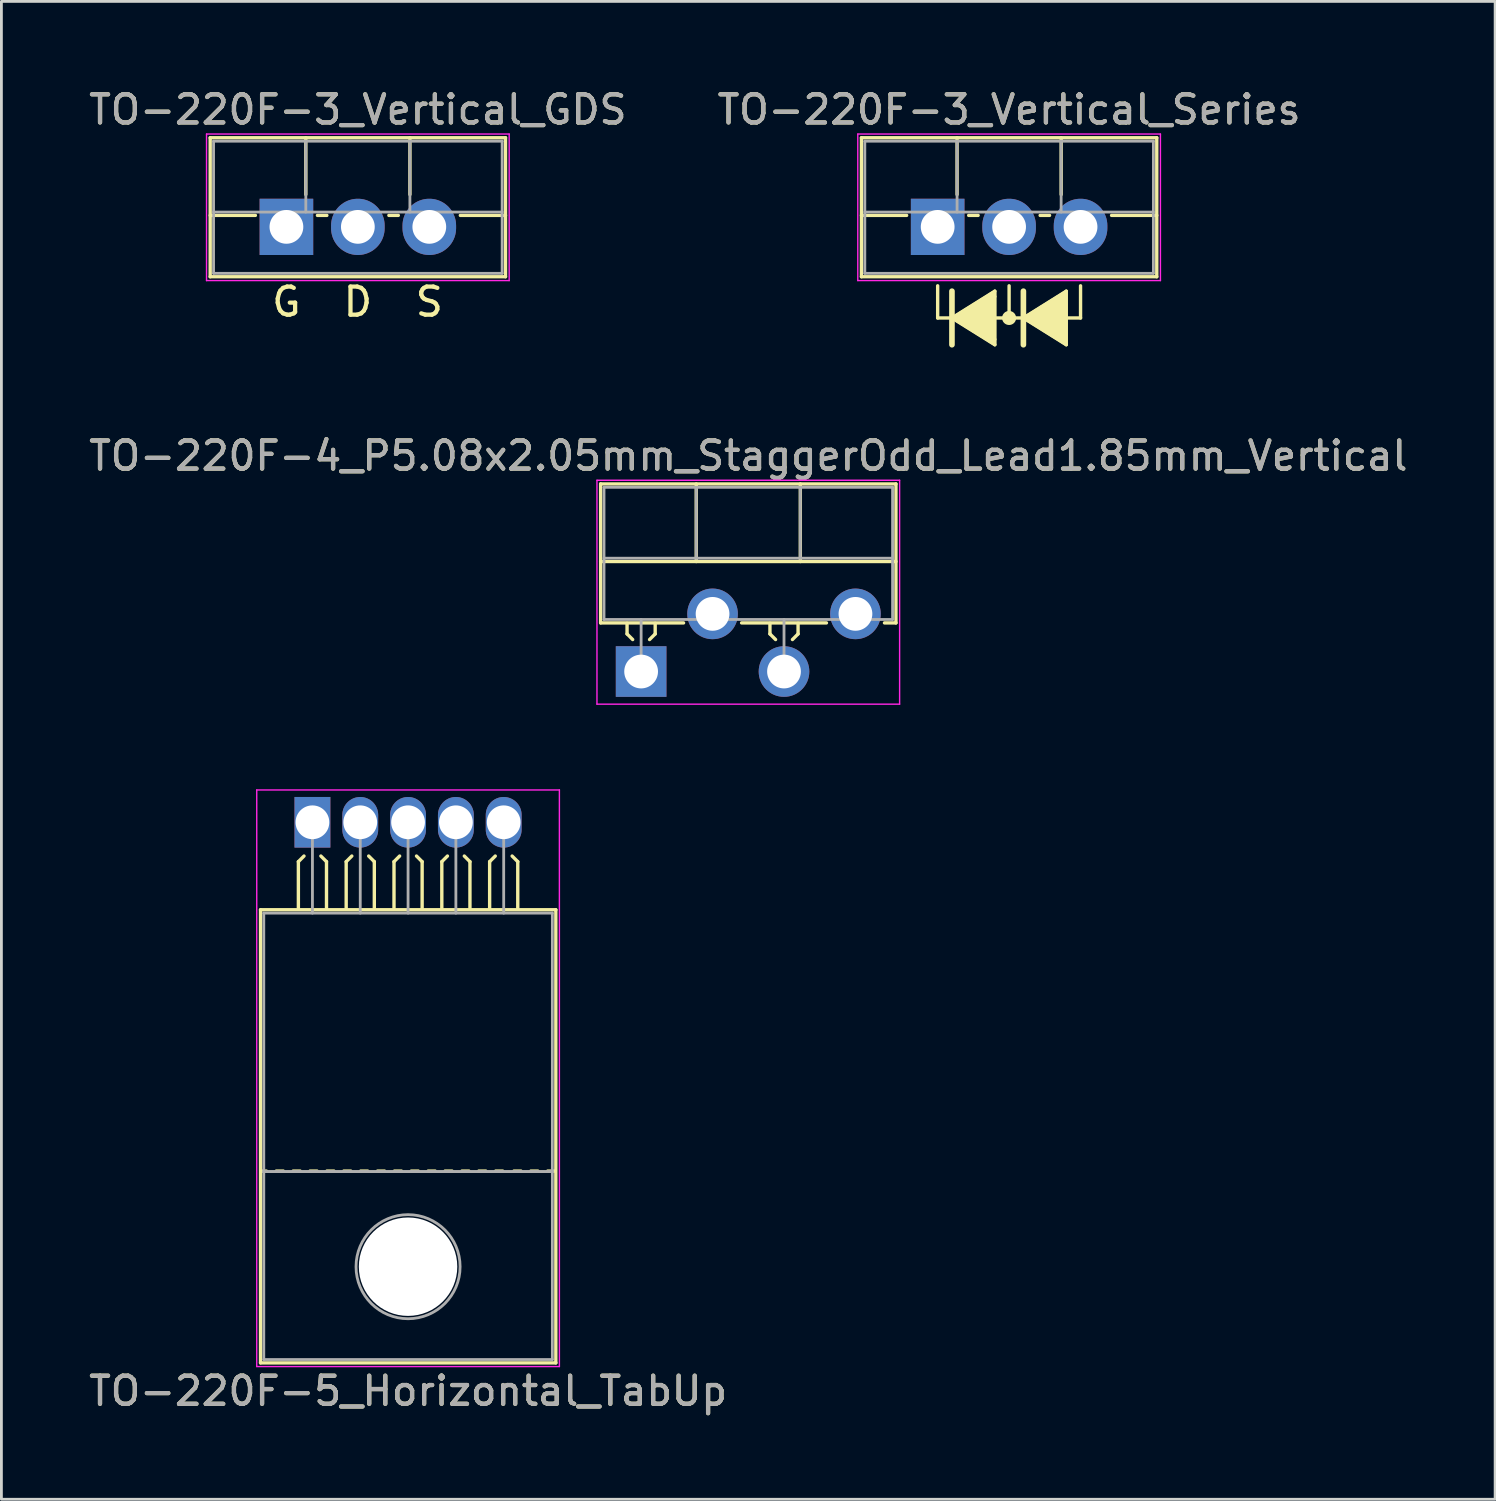
<source format=kicad_pcb>
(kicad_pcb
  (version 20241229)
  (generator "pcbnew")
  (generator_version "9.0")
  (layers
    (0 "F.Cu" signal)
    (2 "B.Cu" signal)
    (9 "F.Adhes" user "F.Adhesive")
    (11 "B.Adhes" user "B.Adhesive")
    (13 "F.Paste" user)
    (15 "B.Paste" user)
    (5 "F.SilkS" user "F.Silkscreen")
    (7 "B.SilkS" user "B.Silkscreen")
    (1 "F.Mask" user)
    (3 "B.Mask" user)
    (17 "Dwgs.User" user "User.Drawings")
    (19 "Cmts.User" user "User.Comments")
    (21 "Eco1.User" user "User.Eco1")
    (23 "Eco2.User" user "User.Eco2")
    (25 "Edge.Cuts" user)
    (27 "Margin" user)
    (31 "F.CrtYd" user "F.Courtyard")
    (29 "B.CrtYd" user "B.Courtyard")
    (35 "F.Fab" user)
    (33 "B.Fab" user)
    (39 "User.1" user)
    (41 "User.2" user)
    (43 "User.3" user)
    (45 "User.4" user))
  (footprint "TO-220F-4_P5.08x2.05mm_StaggerOdd_Lead1.85mm_Vertical"
    (layer "F.Cu")
    (at 19.744 20.825)
    (property "Reference" "TO-220F-4_P5.08x2.05mm_StaggerOdd_Lead1.85mm_Vertical" (at 3.81 -7.67 0) (layer "F.SilkS") (effects (font (size 1 1) (thickness 0.15))))
    (attr through_hole)
    (fp_line (start -1.44 -6.67) (end -1.44 -1.729) (stroke (width 0.12) (type solid)) (layer "F.SilkS"))
    (fp_line (start -1.44 -6.67) (end 9.06 -6.67) (stroke (width 0.12) (type solid)) (layer "F.SilkS"))
    (fp_line (start -1.44 -3.911) (end 9.06 -3.911) (stroke (width 0.12) (type solid)) (layer "F.SilkS"))
    (fp_line (start -1.44 -1.729) (end 1.509 -1.729) (stroke (width 0.12) (type solid)) (layer "F.SilkS"))
    (fp_line (start -0.5 -1.714) (end -0.5 -1.337) (stroke (width 0.12) (type solid)) (layer "F.SilkS"))
    (fp_line (start -0.5 -1.337) (end -0.3 -1.137) (stroke (width 0.12) (type solid)) (layer "F.SilkS"))
    (fp_line (start 0.5 -1.714) (end 0.5 -1.337) (stroke (width 0.12) (type solid)) (layer "F.SilkS"))
    (fp_line (start 0.5 -1.337) (end 0.3 -1.137) (stroke (width 0.12) (type solid)) (layer "F.SilkS"))
    (fp_line (start 1.96 -6.67) (end 1.96 -3.911) (stroke (width 0.12) (type solid)) (layer "F.SilkS"))
    (fp_line (start 3.572 -1.729) (end 6.589 -1.729) (stroke (width 0.12) (type solid)) (layer "F.SilkS"))
    (fp_line (start 4.58 -1.714) (end 4.58 -1.337) (stroke (width 0.12) (type solid)) (layer "F.SilkS"))
    (fp_line (start 4.58 -1.337) (end 4.78 -1.137) (stroke (width 0.12) (type solid)) (layer "F.SilkS"))
    (fp_line (start 5.58 -1.714) (end 5.58 -1.337) (stroke (width 0.12) (type solid)) (layer "F.SilkS"))
    (fp_line (start 5.58 -1.337) (end 5.38 -1.137) (stroke (width 0.12) (type solid)) (layer "F.SilkS"))
    (fp_line (start 5.66 -6.67) (end 5.66 -3.911) (stroke (width 0.12) (type solid)) (layer "F.SilkS"))
    (fp_line (start 8.652 -1.729) (end 9.06 -1.729) (stroke (width 0.12) (type solid)) (layer "F.SilkS"))
    (fp_line (start 9.06 -6.67) (end 9.06 -1.729) (stroke (width 0.12) (type solid)) (layer "F.SilkS"))
    (fp_line (start -1.57 -6.8) (end -1.57 1.16) (stroke (width 0.05) (type solid)) (layer "F.CrtYd"))
    (fp_line (start -1.57 1.16) (end 9.19 1.16) (stroke (width 0.05) (type solid)) (layer "F.CrtYd"))
    (fp_line (start 9.19 -6.8) (end -1.57 -6.8) (stroke (width 0.05) (type solid)) (layer "F.CrtYd"))
    (fp_line (start 9.19 1.16) (end 9.19 -6.8) (stroke (width 0.05) (type solid)) (layer "F.CrtYd"))
    (fp_line (start -1.32 -6.55) (end -1.32 -1.85) (stroke (width 0.1) (type solid)) (layer "F.Fab"))
    (fp_line (start -1.32 -4.03) (end 8.94 -4.03) (stroke (width 0.1) (type solid)) (layer "F.Fab"))
    (fp_line (start -1.32 -1.85) (end 8.94 -1.85) (stroke (width 0.1) (type solid)) (layer "F.Fab"))
    (fp_line (start 0 -1.85) (end 0 0) (stroke (width 0.1) (type solid)) (layer "F.Fab"))
    (fp_line (start 1.96 -6.55) (end 1.96 -4.03) (stroke (width 0.1) (type solid)) (layer "F.Fab"))
    (fp_line (start 5.08 -1.85) (end 5.08 0) (stroke (width 0.1) (type solid)) (layer "F.Fab"))
    (fp_line (start 5.66 -6.55) (end 5.66 -4.03) (stroke (width 0.1) (type solid)) (layer "F.Fab"))
    (fp_line (start 8.94 -6.55) (end -1.32 -6.55) (stroke (width 0.1) (type solid)) (layer "F.Fab"))
    (fp_line (start 8.94 -1.85) (end 8.94 -6.55) (stroke (width 0.1) (type solid)) (layer "F.Fab"))
    (fp_text user "${REFERENCE}" (at 3.81 -7.67 0) (layer "F.Fab") (effects (font (size 1 1) (thickness 0.15))))
    (pad "1" thru_hole rect (at 0 0) (size 1.8 1.8) (drill 1.2) (layers "*.Cu" "*.Mask"))
    (pad "2" thru_hole oval (at 2.54 -2.05) (size 1.8 1.8) (drill 1.2) (layers "*.Cu" "*.Mask"))
    (pad "3" thru_hole oval (at 5.08 0) (size 1.8 1.8) (drill 1.2) (layers "*.Cu" "*.Mask"))
    (pad "4" thru_hole oval (at 7.62 -2.05) (size 1.8 1.8) (drill 1.2) (layers "*.Cu" "*.Mask")))
  (footprint "TO-220F-5_Horizontal_TabUp"
    (layer "F.Cu")
    (at 8.058 26.185)
    (property "Reference" "TO-220F-5_Horizontal_TabUp" (at 3.4 20.22 0) (layer "F.SilkS") (effects (font (size 1 1) (thickness 0.15))))
    (attr through_hole)
    (fp_line (start -1.846 19.22) (end -1.846 3.11) (stroke (width 0.12) (type solid)) (layer "F.SilkS"))
    (fp_line (start -1.636 12.4) (end -1.836 12.4) (stroke (width 0.12) (type solid)) (layer "F.SilkS"))
    (fp_line (start -1.036 12.4) (end -1.286 12.4) (stroke (width 0.12) (type solid)) (layer "F.SilkS"))
    (fp_line (start -0.5 1.4) (end -0.3 1.2) (stroke (width 0.12) (type solid)) (layer "F.SilkS"))
    (fp_line (start -0.5 3.048) (end -0.5 1.4) (stroke (width 0.12) (type solid)) (layer "F.SilkS"))
    (fp_line (start -0.436 12.4) (end -0.686 12.4) (stroke (width 0.12) (type solid)) (layer "F.SilkS"))
    (fp_line (start 0.164 12.4) (end -0.086 12.4) (stroke (width 0.12) (type solid)) (layer "F.SilkS"))
    (fp_line (start 0.5 1.4) (end 0.3 1.2) (stroke (width 0.12) (type solid)) (layer "F.SilkS"))
    (fp_line (start 0.5 3.048) (end 0.5 1.4) (stroke (width 0.12) (type solid)) (layer "F.SilkS"))
    (fp_line (start 0.764 12.4) (end 0.514 12.4) (stroke (width 0.12) (type solid)) (layer "F.SilkS"))
    (fp_line (start 1.2 1.4) (end 1.4 1.2) (stroke (width 0.12) (type solid)) (layer "F.SilkS"))
    (fp_line (start 1.2 3.048) (end 1.2 1.4) (stroke (width 0.12) (type solid)) (layer "F.SilkS"))
    (fp_line (start 1.364 12.4) (end 1.114 12.4) (stroke (width 0.12) (type solid)) (layer "F.SilkS"))
    (fp_line (start 1.964 12.4) (end 1.714 12.4) (stroke (width 0.12) (type solid)) (layer "F.SilkS"))
    (fp_line (start 2.2 1.4) (end 2 1.2) (stroke (width 0.12) (type solid)) (layer "F.SilkS"))
    (fp_line (start 2.2 3.048) (end 2.2 1.4) (stroke (width 0.12) (type solid)) (layer "F.SilkS"))
    (fp_line (start 2.564 12.4) (end 2.314 12.4) (stroke (width 0.12) (type solid)) (layer "F.SilkS"))
    (fp_line (start 2.9 1.4) (end 3.1 1.2) (stroke (width 0.12) (type solid)) (layer "F.SilkS"))
    (fp_line (start 2.9 3.048) (end 2.9 1.4) (stroke (width 0.12) (type solid)) (layer "F.SilkS"))
    (fp_line (start 3.164 12.4) (end 2.914 12.4) (stroke (width 0.12) (type solid)) (layer "F.SilkS"))
    (fp_line (start 3.764 12.4) (end 3.514 12.4) (stroke (width 0.12) (type solid)) (layer "F.SilkS"))
    (fp_line (start 3.9 1.4) (end 3.7 1.2) (stroke (width 0.12) (type solid)) (layer "F.SilkS"))
    (fp_line (start 3.9 3.048) (end 3.9 1.4) (stroke (width 0.12) (type solid)) (layer "F.SilkS"))
    (fp_line (start 4.364 12.4) (end 4.114 12.4) (stroke (width 0.12) (type solid)) (layer "F.SilkS"))
    (fp_line (start 4.6 1.4) (end 4.8 1.2) (stroke (width 0.12) (type solid)) (layer "F.SilkS"))
    (fp_line (start 4.6 3.048) (end 4.6 1.4) (stroke (width 0.12) (type solid)) (layer "F.SilkS"))
    (fp_line (start 4.964 12.4) (end 4.714 12.4) (stroke (width 0.12) (type solid)) (layer "F.SilkS"))
    (fp_line (start 5.564 12.4) (end 5.314 12.4) (stroke (width 0.12) (type solid)) (layer "F.SilkS"))
    (fp_line (start 5.6 1.4) (end 5.4 1.2) (stroke (width 0.12) (type solid)) (layer "F.SilkS"))
    (fp_line (start 5.6 3.048) (end 5.6 1.4) (stroke (width 0.12) (type solid)) (layer "F.SilkS"))
    (fp_line (start 6.164 12.4) (end 5.914 12.4) (stroke (width 0.12) (type solid)) (layer "F.SilkS"))
    (fp_line (start 6.3 1.4) (end 6.5 1.2) (stroke (width 0.12) (type solid)) (layer "F.SilkS"))
    (fp_line (start 6.3 3.048) (end 6.3 1.4) (stroke (width 0.12) (type solid)) (layer "F.SilkS"))
    (fp_line (start 6.764 12.4) (end 6.514 12.4) (stroke (width 0.12) (type solid)) (layer "F.SilkS"))
    (fp_line (start 7.3 1.4) (end 7.1 1.2) (stroke (width 0.12) (type solid)) (layer "F.SilkS"))
    (fp_line (start 7.3 3.048) (end 7.3 1.4) (stroke (width 0.12) (type solid)) (layer "F.SilkS"))
    (fp_line (start 7.414 12.4) (end 7.164 12.4) (stroke (width 0.12) (type solid)) (layer "F.SilkS"))
    (fp_line (start 8.014 12.4) (end 7.764 12.4) (stroke (width 0.12) (type solid)) (layer "F.SilkS"))
    (fp_line (start 8.614 12.4) (end 8.364 12.4) (stroke (width 0.12) (type solid)) (layer "F.SilkS"))
    (fp_line (start 8.654 3.11) (end -1.846 3.11) (stroke (width 0.12) (type solid)) (layer "F.SilkS"))
    (fp_line (start 8.654 19.22) (end -1.846 19.22) (stroke (width 0.12) (type solid)) (layer "F.SilkS"))
    (fp_line (start 8.654 19.22) (end 8.654 3.11) (stroke (width 0.12) (type solid)) (layer "F.SilkS"))
    (fp_line (start -1.98 -1.15) (end -1.98 19.35) (stroke (width 0.05) (type solid)) (layer "F.CrtYd"))
    (fp_line (start -1.98 19.35) (end 8.78 19.35) (stroke (width 0.05) (type solid)) (layer "F.CrtYd"))
    (fp_line (start 8.78 -1.15) (end -1.98 -1.15) (stroke (width 0.05) (type solid)) (layer "F.CrtYd"))
    (fp_line (start 8.78 19.35) (end 8.78 -1.15) (stroke (width 0.05) (type solid)) (layer "F.CrtYd"))
    (fp_line (start -1.73 3.23) (end -1.73 12.42) (stroke (width 0.1) (type solid)) (layer "F.Fab"))
    (fp_line (start -1.73 12.42) (end -1.73 19.1) (stroke (width 0.1) (type solid)) (layer "F.Fab"))
    (fp_line (start -1.73 12.42) (end 8.53 12.42) (stroke (width 0.1) (type solid)) (layer "F.Fab"))
    (fp_line (start -1.73 19.1) (end 8.53 19.1) (stroke (width 0.1) (type solid)) (layer "F.Fab"))
    (fp_line (start 0 3.23) (end 0 0) (stroke (width 0.1) (type solid)) (layer "F.Fab"))
    (fp_line (start 1.7 3.23) (end 1.7 0) (stroke (width 0.1) (type solid)) (layer "F.Fab"))
    (fp_line (start 3.4 3.23) (end 3.4 0) (stroke (width 0.1) (type solid)) (layer "F.Fab"))
    (fp_line (start 5.1 3.23) (end 5.1 0) (stroke (width 0.1) (type solid)) (layer "F.Fab"))
    (fp_line (start 6.8 3.23) (end 6.8 0) (stroke (width 0.1) (type solid)) (layer "F.Fab"))
    (fp_line (start 8.53 3.23) (end -1.73 3.23) (stroke (width 0.1) (type solid)) (layer "F.Fab"))
    (fp_line (start 8.53 12.42) (end -1.73 12.42) (stroke (width 0.1) (type solid)) (layer "F.Fab"))
    (fp_line (start 8.53 12.42) (end 8.53 3.23) (stroke (width 0.1) (type solid)) (layer "F.Fab"))
    (fp_line (start 8.53 19.1) (end 8.53 12.42) (stroke (width 0.1) (type solid)) (layer "F.Fab"))
    (fp_circle (center 3.4 15.8) (end 5.25 15.8) (stroke (width 0.1) (type solid)) (fill no) (layer "F.Fab"))
    (fp_text user "${REFERENCE}" (at 3.4 20.22 0) (layer "F.Fab") (effects (font (size 1 1) (thickness 0.15))))
    (pad "" np_thru_hole oval (at 3.4 15.8) (size 3.5 3.5) (drill 3.5) (layers "*.Cu" "*.Mask"))
    (pad "1" thru_hole rect (at 0 0) (size 1.275 1.8) (drill 1.2) (layers "*.Cu" "*.Mask"))
    (pad "2" thru_hole oval (at 1.7 0) (size 1.275 1.8) (drill 1.2) (layers "*.Cu" "*.Mask"))
    (pad "3" thru_hole oval (at 3.4 0) (size 1.275 1.8) (drill 1.2) (layers "*.Cu" "*.Mask"))
    (pad "4" thru_hole oval (at 5.1 0) (size 1.275 1.8) (drill 1.2) (layers "*.Cu" "*.Mask"))
    (pad "5" thru_hole oval (at 6.8 0) (size 1.275 1.8) (drill 1.2) (layers "*.Cu" "*.Mask")))
  (footprint "TO-220F-3_Vertical_GDS"
    (layer "F.Cu")
    (at 7.133 5.016)
    (property "Reference" "TO-220F-3_Vertical_GDS" (at 2.54 -4.168 0) (layer "F.SilkS") (effects (font (size 1 1) (thickness 0.15))))
    (attr through_hole)
    (fp_line (start -2.71 -3.168) (end -2.71 1.773) (stroke (width 0.12) (type solid)) (layer "F.SilkS"))
    (fp_line (start -2.71 -3.168) (end 7.79 -3.168) (stroke (width 0.12) (type solid)) (layer "F.SilkS"))
    (fp_line (start -2.71 -0.408) (end -1.103 -0.408) (stroke (width 0.12) (type solid)) (layer "F.SilkS"))
    (fp_line (start -2.71 1.773) (end 7.79 1.773) (stroke (width 0.12) (type solid)) (layer "F.SilkS"))
    (fp_line (start 0.69 -3.168) (end 0.69 -1.15) (stroke (width 0.12) (type solid)) (layer "F.SilkS"))
    (fp_line (start 1.103 -0.408) (end 1.438 -0.408) (stroke (width 0.12) (type solid)) (layer "F.SilkS"))
    (fp_line (start 3.643 -0.408) (end 3.978 -0.408) (stroke (width 0.12) (type solid)) (layer "F.SilkS"))
    (fp_line (start 4.391 -3.168) (end 4.391 -1.15) (stroke (width 0.12) (type solid)) (layer "F.SilkS"))
    (fp_line (start 6.183 -0.408) (end 7.79 -0.408) (stroke (width 0.12) (type solid)) (layer "F.SilkS"))
    (fp_line (start 7.79 -3.168) (end 7.79 1.773) (stroke (width 0.12) (type solid)) (layer "F.SilkS"))
    (fp_line (start -2.84 -3.3) (end -2.84 1.91) (stroke (width 0.05) (type solid)) (layer "F.CrtYd"))
    (fp_line (start -2.84 1.91) (end 7.92 1.91) (stroke (width 0.05) (type solid)) (layer "F.CrtYd"))
    (fp_line (start 7.92 -3.3) (end -2.84 -3.3) (stroke (width 0.05) (type solid)) (layer "F.CrtYd"))
    (fp_line (start 7.92 1.91) (end 7.92 -3.3) (stroke (width 0.05) (type solid)) (layer "F.CrtYd"))
    (fp_line (start -2.59 -3.047) (end -2.59 1.653) (stroke (width 0.1) (type solid)) (layer "F.Fab"))
    (fp_line (start -2.59 -0.527) (end 7.67 -0.527) (stroke (width 0.1) (type solid)) (layer "F.Fab"))
    (fp_line (start -2.59 1.653) (end 7.67 1.653) (stroke (width 0.1) (type solid)) (layer "F.Fab"))
    (fp_line (start 0.69 -3.047) (end 0.69 -0.527) (stroke (width 0.1) (type solid)) (layer "F.Fab"))
    (fp_line (start 4.39 -3.047) (end 4.39 -0.527) (stroke (width 0.1) (type solid)) (layer "F.Fab"))
    (fp_line (start 7.67 -3.047) (end -2.59 -3.047) (stroke (width 0.1) (type solid)) (layer "F.Fab"))
    (fp_line (start 7.67 1.653) (end 7.67 -3.047) (stroke (width 0.1) (type solid)) (layer "F.Fab"))
    (fp_text user "D" (at 2.54 2.667 0) (layer "F.SilkS") (effects (font (size 1 1) (thickness 0.15))))
    (fp_text user "G" (at 0 2.667 0) (layer "F.SilkS") (effects (font (size 1 1) (thickness 0.15))))
    (fp_text user "S" (at 5.08 2.667 0) (layer "F.SilkS") (effects (font (size 1 1) (thickness 0.15))))
    (fp_text user "${REFERENCE}" (at 2.54 -4.168 0) (layer "F.Fab") (effects (font (size 1 1) (thickness 0.15))))
    (pad "1" thru_hole rect (at 0 0) (size 1.905 2) (drill 1.2) (layers "*.Cu" "*.Mask"))
    (pad "2" thru_hole oval (at 2.54 0) (size 1.905 2) (drill 1.2) (layers "*.Cu" "*.Mask"))
    (pad "3" thru_hole oval (at 5.08 0) (size 1.905 2) (drill 1.2) (layers "*.Cu" "*.Mask")))
  (footprint "TO-220F-3_Vertical_Series"
    (layer "F.Cu")
    (at 30.287 5.016)
    (property "Reference" "TO-220F-3_Vertical_Series" (at 2.54 -4.168 0) (layer "F.SilkS") (effects (font (size 1 1) (thickness 0.15))))
    (attr through_hole)
    (fp_line (start -2.71 -3.168) (end -2.71 1.773) (stroke (width 0.12) (type solid)) (layer "F.SilkS"))
    (fp_line (start -2.71 -3.168) (end 7.79 -3.168) (stroke (width 0.12) (type solid)) (layer "F.SilkS"))
    (fp_line (start -2.71 -0.408) (end -1.103 -0.408) (stroke (width 0.12) (type solid)) (layer "F.SilkS"))
    (fp_line (start -2.71 1.773) (end 7.79 1.773) (stroke (width 0.12) (type solid)) (layer "F.SilkS"))
    (fp_line (start 0 2.095) (end 0 3.239) (stroke (width 0.12) (type solid)) (layer "F.SilkS"))
    (fp_line (start 0 3.239) (end 0.508 3.239) (stroke (width 0.12) (type solid)) (layer "F.SilkS"))
    (fp_line (start 0.508 2.286) (end 0.508 4.191) (stroke (width 0.2) (type solid)) (layer "F.SilkS"))
    (fp_line (start 0.508 3.239) (end 2.032 2.286) (stroke (width 0.12) (type solid)) (layer "F.SilkS"))
    (fp_line (start 0.508 3.239) (end 2.032 4.191) (stroke (width 0.12) (type solid)) (layer "F.SilkS"))
    (fp_line (start 0.69 -3.168) (end 0.69 -1.15) (stroke (width 0.12) (type solid)) (layer "F.SilkS"))
    (fp_line (start 1.103 -0.408) (end 1.438 -0.408) (stroke (width 0.12) (type solid)) (layer "F.SilkS"))
    (fp_line (start 2.032 2.477) (end 2.032 2.286) (stroke (width 0.12) (type solid)) (layer "F.SilkS"))
    (fp_line (start 2.032 4) (end 2.032 2.477) (stroke (width 0.12) (type solid)) (layer "F.SilkS"))
    (fp_line (start 2.032 4) (end 2.032 4.191) (stroke (width 0.12) (type solid)) (layer "F.SilkS"))
    (fp_line (start 2.54 2.095) (end 2.54 3.239) (stroke (width 0.12) (type solid)) (layer "F.SilkS"))
    (fp_line (start 2.54 3.239) (end 2.032 3.239) (stroke (width 0.12) (type solid)) (layer "F.SilkS"))
    (fp_line (start 2.54 3.239) (end 3.048 3.239) (stroke (width 0.12) (type solid)) (layer "F.SilkS"))
    (fp_line (start 3.048 2.286) (end 3.048 4.191) (stroke (width 0.2) (type solid)) (layer "F.SilkS"))
    (fp_line (start 3.048 3.239) (end 4.572 4.191) (stroke (width 0.12) (type solid)) (layer "F.SilkS"))
    (fp_line (start 3.643 -0.408) (end 3.978 -0.408) (stroke (width 0.12) (type solid)) (layer "F.SilkS"))
    (fp_line (start 4.391 -3.168) (end 4.391 -1.15) (stroke (width 0.12) (type solid)) (layer "F.SilkS"))
    (fp_line (start 4.572 2.286) (end 3.048 3.239) (stroke (width 0.12) (type solid)) (layer "F.SilkS"))
    (fp_line (start 4.572 4.191) (end 4.572 2.286) (stroke (width 0.12) (type solid)) (layer "F.SilkS"))
    (fp_line (start 5.08 2.095) (end 5.08 3.239) (stroke (width 0.12) (type solid)) (layer "F.SilkS"))
    (fp_line (start 5.08 3.239) (end 4.572 3.239) (stroke (width 0.12) (type solid)) (layer "F.SilkS"))
    (fp_line (start 6.183 -0.408) (end 7.79 -0.408) (stroke (width 0.12) (type solid)) (layer "F.SilkS"))
    (fp_line (start 7.79 -3.168) (end 7.79 1.773) (stroke (width 0.12) (type solid)) (layer "F.SilkS"))
    (fp_circle (center 2.54 3.239) (end 2.54 3.302) (stroke (width 0.12) (type solid)) (fill no) (layer "F.SilkS"))
    (fp_circle (center 2.54 3.239) (end 2.54 3.365) (stroke (width 0.12) (type solid)) (fill no) (layer "F.SilkS"))
    (fp_circle (center 2.54 3.239) (end 2.54 3.429) (stroke (width 0.12) (type solid)) (fill no) (layer "F.SilkS"))
    (fp_poly (pts (xy 0.508 3.239) (xy 2.032 2.286) (xy 2.032 4.191)) (stroke (width 0.1) (type solid)) (fill yes) (layer "F.SilkS"))
    (fp_poly (pts (xy 4.572 4.191) (xy 3.048 3.239) (xy 4.572 2.286)) (stroke (width 0.1) (type solid)) (fill yes) (layer "F.SilkS"))
    (fp_line (start -2.84 -3.3) (end -2.84 1.91) (stroke (width 0.05) (type solid)) (layer "F.CrtYd"))
    (fp_line (start -2.84 1.91) (end 7.92 1.91) (stroke (width 0.05) (type solid)) (layer "F.CrtYd"))
    (fp_line (start 7.92 -3.3) (end -2.84 -3.3) (stroke (width 0.05) (type solid)) (layer "F.CrtYd"))
    (fp_line (start 7.92 1.91) (end 7.92 -3.3) (stroke (width 0.05) (type solid)) (layer "F.CrtYd"))
    (fp_line (start -2.59 -3.047) (end -2.59 1.653) (stroke (width 0.1) (type solid)) (layer "F.Fab"))
    (fp_line (start -2.59 -0.527) (end 7.67 -0.527) (stroke (width 0.1) (type solid)) (layer "F.Fab"))
    (fp_line (start -2.59 1.653) (end 7.67 1.653) (stroke (width 0.1) (type solid)) (layer "F.Fab"))
    (fp_line (start 0.69 -3.047) (end 0.69 -0.527) (stroke (width 0.1) (type solid)) (layer "F.Fab"))
    (fp_line (start 4.39 -3.047) (end 4.39 -0.527) (stroke (width 0.1) (type solid)) (layer "F.Fab"))
    (fp_line (start 7.67 -3.047) (end -2.59 -3.047) (stroke (width 0.1) (type solid)) (layer "F.Fab"))
    (fp_line (start 7.67 1.653) (end 7.67 -3.047) (stroke (width 0.1) (type solid)) (layer "F.Fab"))
    (fp_text user "${REFERENCE}" (at 2.54 -4.168 0) (layer "F.Fab") (effects (font (size 1 1) (thickness 0.15))))
    (pad "1" thru_hole rect (at 0 0) (size 1.905 2) (drill 1.2) (layers "*.Cu" "*.Mask"))
    (pad "2" thru_hole oval (at 2.54 0) (size 1.905 2) (drill 1.2) (layers "*.Cu" "*.Mask"))
    (pad "3" thru_hole oval (at 5.08 0) (size 1.905 2) (drill 1.2) (layers "*.Cu" "*.Mask")))
  (gr_rect
    (start -3 -3)
    (end 50.107 50.253)
    (stroke (width 0.1) (type default))
    (fill no)
    (layer "Edge.Cuts")))
</source>
